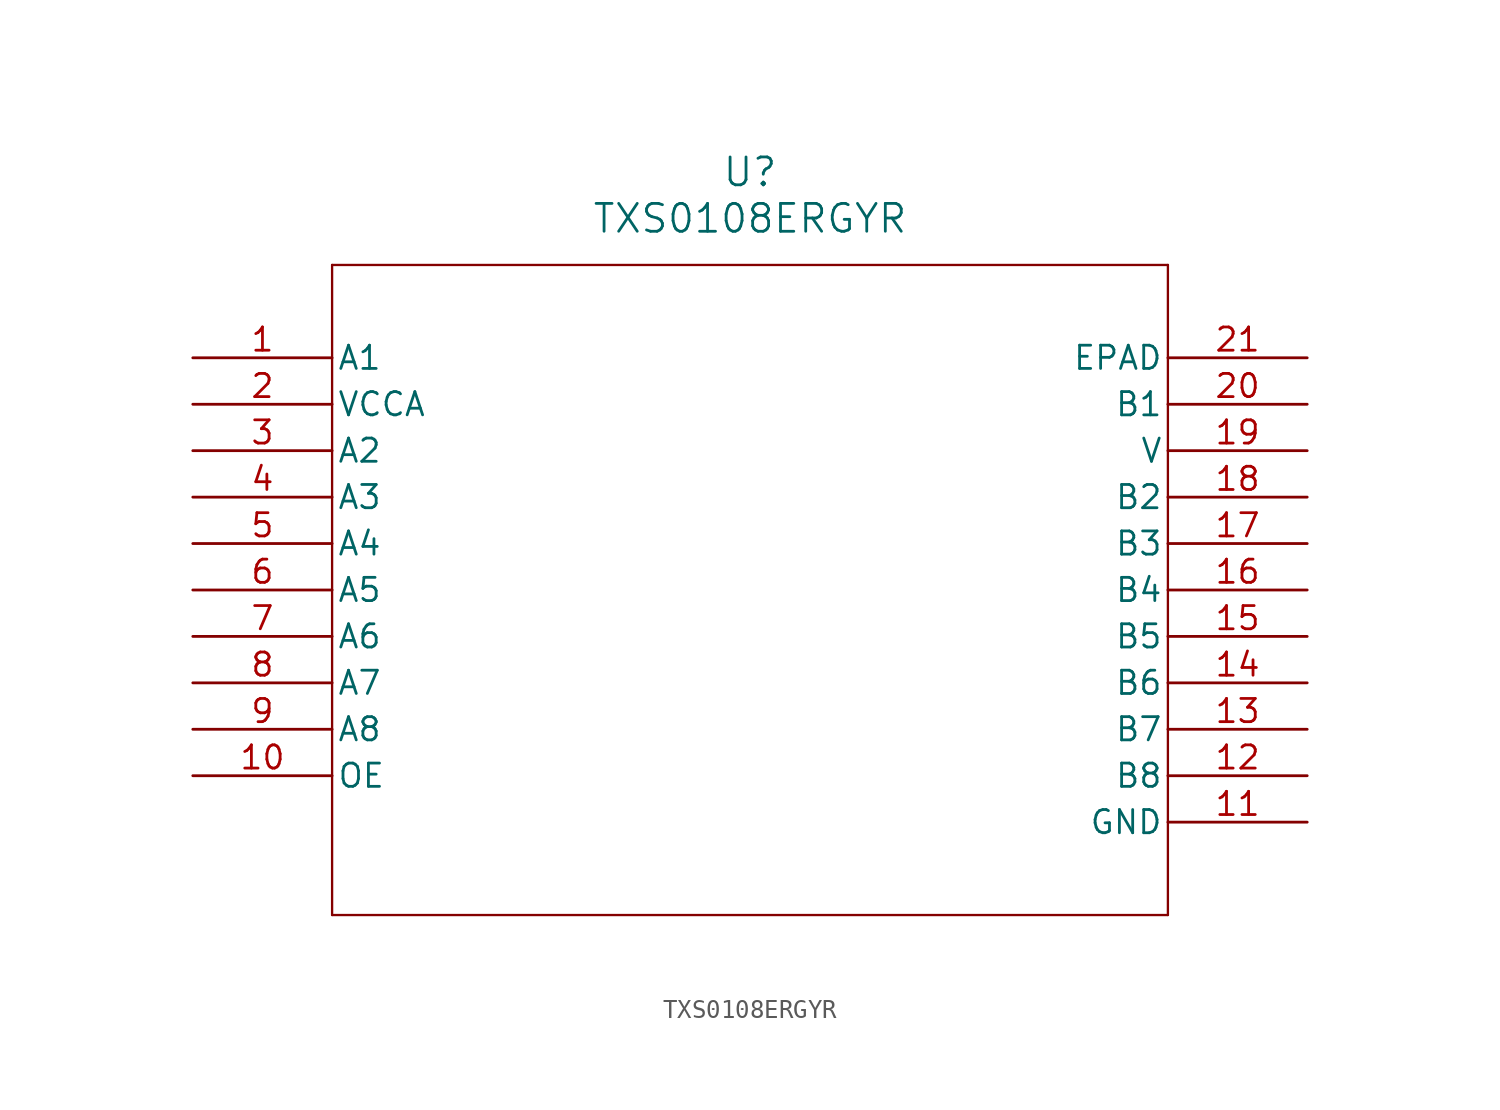
<source format=kicad_sym>
(kicad_symbol_lib
  (version 20211014)
  (generator kicad_symbol_editor)
  (symbol "TXS0108ERGYR"
    (pin_names
      (offset 0.254))
    (property "Reference" "U"
      (at 30.48 10.16 0)
      (effects (font (size 1.524 1.524))))
    (property "Value" "TXS0108ERGYR"
      (at 30.48 7.62 0)
      (effects (font (size 1.524 1.524))))
    (symbol "TXS0108ERGYR_0_1"
      (polyline (pts (xy 7.62 5.08) (xy 7.62 -30.48)) (stroke (width 0.127) (type default) (color 0 0 0 0)) (fill (type none)))
      (polyline (pts (xy 7.62 -30.48) (xy 53.34 -30.48)) (stroke (width 0.127) (type default) (color 0 0 0 0)) (fill (type none)))
      (polyline (pts (xy 53.34 -30.48) (xy 53.34 5.08)) (stroke (width 0.127) (type default) (color 0 0 0 0)) (fill (type none)))
      (polyline (pts (xy 53.34 5.08) (xy 7.62 5.08)) (stroke (width 0.127) (type default) (color 0 0 0 0)) (fill (type none)))
      (pin bidirectional line (at 0 0 0) (length 7.62) (name "A1" (effects (font (size 1.27 1.27)))) (number "1" (effects (font (size 1.27 1.27)))))
      (pin power_in line (at 0 -2.54 0) (length 7.62) (name "VCCA" (effects (font (size 1.27 1.27)))) (number "2" (effects (font (size 1.27 1.27)))))
      (pin bidirectional line (at 0 -5.08 0) (length 7.62) (name "A2" (effects (font (size 1.27 1.27)))) (number "3" (effects (font (size 1.27 1.27)))))
      (pin bidirectional line (at 0 -7.62 0) (length 7.62) (name "A3" (effects (font (size 1.27 1.27)))) (number "4" (effects (font (size 1.27 1.27)))))
      (pin bidirectional line (at 0 -10.16 0) (length 7.62) (name "A4" (effects (font (size 1.27 1.27)))) (number "5" (effects (font (size 1.27 1.27)))))
      (pin bidirectional line (at 0 -12.7 0) (length 7.62) (name "A5" (effects (font (size 1.27 1.27)))) (number "6" (effects (font (size 1.27 1.27)))))
      (pin bidirectional line (at 0 -15.24 0) (length 7.62) (name "A6" (effects (font (size 1.27 1.27)))) (number "7" (effects (font (size 1.27 1.27)))))
      (pin bidirectional line (at 0 -17.78 0) (length 7.62) (name "A7" (effects (font (size 1.27 1.27)))) (number "8" (effects (font (size 1.27 1.27)))))
      (pin bidirectional line (at 0 -20.32 0) (length 7.62) (name "A8" (effects (font (size 1.27 1.27)))) (number "9" (effects (font (size 1.27 1.27)))))
      (pin output line (at 0 -22.86 0) (length 7.62) (name "OE" (effects (font (size 1.27 1.27)))) (number "10" (effects (font (size 1.27 1.27)))))
      (pin power_in line (at 60.96 -25.4 180) (length 7.62) (name "GND" (effects (font (size 1.27 1.27)))) (number "11" (effects (font (size 1.27 1.27)))))
      (pin bidirectional line (at 60.96 -22.86 180) (length 7.62) (name "B8" (effects (font (size 1.27 1.27)))) (number "12" (effects (font (size 1.27 1.27)))))
      (pin bidirectional line (at 60.96 -20.32 180) (length 7.62) (name "B7" (effects (font (size 1.27 1.27)))) (number "13" (effects (font (size 1.27 1.27)))))
      (pin bidirectional line (at 60.96 -17.78 180) (length 7.62) (name "B6" (effects (font (size 1.27 1.27)))) (number "14" (effects (font (size 1.27 1.27)))))
      (pin bidirectional line (at 60.96 -15.24 180) (length 7.62) (name "B5" (effects (font (size 1.27 1.27)))) (number "15" (effects (font (size 1.27 1.27)))))
      (pin bidirectional line (at 60.96 -12.7 180) (length 7.62) (name "B4" (effects (font (size 1.27 1.27)))) (number "16" (effects (font (size 1.27 1.27)))))
      (pin bidirectional line (at 60.96 -10.16 180) (length 7.62) (name "B3" (effects (font (size 1.27 1.27)))) (number "17" (effects (font (size 1.27 1.27)))))
      (pin bidirectional line (at 60.96 -7.62 180) (length 7.62) (name "B2" (effects (font (size 1.27 1.27)))) (number "18" (effects (font (size 1.27 1.27)))))
      (pin power_in line (at 60.96 -5.08 180) (length 7.62) (name "V" (effects (font (size 1.27 1.27)))) (number "19" (effects (font (size 1.27 1.27)))))
      (pin bidirectional line (at 60.96 -2.54 180) (length 7.62) (name "B1" (effects (font (size 1.27 1.27)))) (number "20" (effects (font (size 1.27 1.27)))))
      (pin unspecified line (at 60.96 0 180) (length 7.62) (name "EPAD" (effects (font (size 1.27 1.27)))) (number "21" (effects (font (size 1.27 1.27))))))))
</source>
